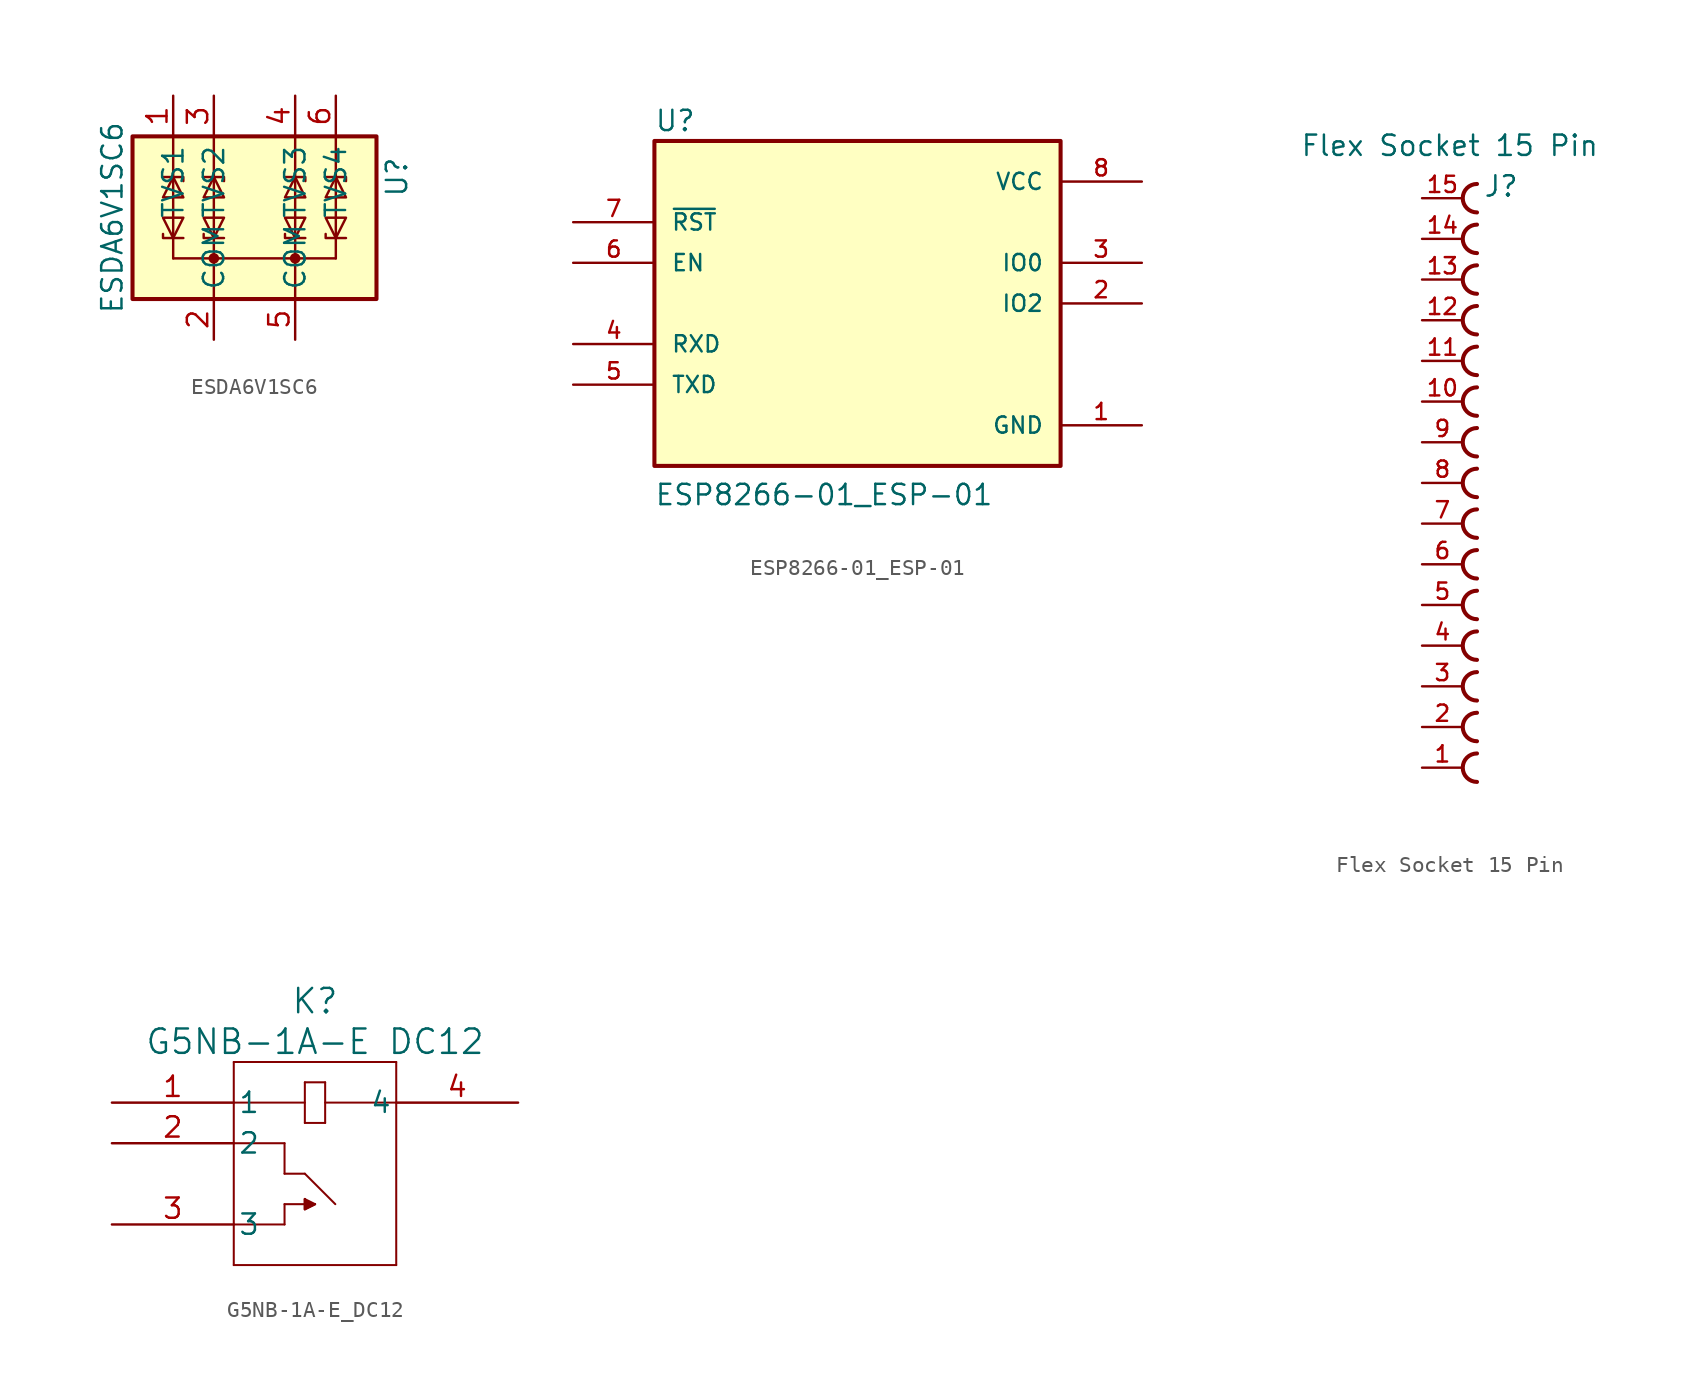
<source format=kicad_sym>
(kicad_symbol_lib
  (version 20241209)
  (generator "kicad_symbol_editor")
  (generator_version "9.0")
  (symbol "ESDA6V1SC6"
    (property "Reference" "U"
      (at 8.89 2.54 90)
      (effects (font (size 1.27 1.27))))
    (property "Value" "ESDA6V1SC6"
      (at -8.89 0 90)
      (effects (font (size 1.27 1.27))))
    (symbol "ESDA6V1SC6_0_0"
      (pin passive line (at -2.54 -7.62 90) (length 2.54) (name "COM" (effects (font (size 1.27 1.27)))) (number "2" (effects (font (size 1.27 1.27)))))
      (pin passive line (at 2.54 -7.62 90) (length 2.54) (name "COM" (effects (font (size 1.27 1.27)))) (number "5" (effects (font (size 1.27 1.27))))))
    (symbol "ESDA6V1SC6_0_1"
      (rectangle (start -7.62 5.08) (end 7.62 -5.08) (stroke (width 0.254) (type default)) (fill (type background)))
      (polyline (pts (xy -5.715 2.54) (xy -4.445 2.54) (xy -4.445 2.286)) (stroke (width 0) (type default)) (fill (type none)))
      (polyline (pts (xy -5.715 -1.016) (xy -5.715 -1.27) (xy -4.445 -1.27)) (stroke (width 0) (type default)) (fill (type none)))
      (polyline (pts (xy -5.08 5.08) (xy -5.08 2.54)) (stroke (width 0) (type default)) (fill (type none)))
      (polyline (pts (xy -5.08 2.54) (xy -5.08 -1.27)) (stroke (width 0) (type default)) (fill (type none)))
      (polyline (pts (xy -5.08 2.54) (xy -4.445 1.27) (xy -5.715 1.27) (xy -5.08 2.54)) (stroke (width 0) (type default)) (fill (type none)))
      (polyline (pts (xy -5.08 -1.27) (xy -5.715 0) (xy -4.445 0) (xy -5.08 -1.27)) (stroke (width 0) (type default)) (fill (type none)))
      (polyline (pts (xy -5.08 -2.54) (xy -5.08 -1.27)) (stroke (width 0) (type default)) (fill (type none)))
      (polyline (pts (xy -5.08 -2.54) (xy 5.08 -2.54)) (stroke (width 0) (type default)) (fill (type none)))
      (polyline (pts (xy -3.175 2.54) (xy -1.905 2.54) (xy -1.905 2.286)) (stroke (width 0) (type default)) (fill (type none)))
      (polyline (pts (xy -3.175 -1.016) (xy -3.175 -1.27) (xy -1.905 -1.27)) (stroke (width 0) (type default)) (fill (type none)))
      (polyline (pts (xy -2.54 5.08) (xy -2.54 2.54)) (stroke (width 0) (type default)) (fill (type none)))
      (polyline (pts (xy -2.54 2.54) (xy -2.54 -1.27)) (stroke (width 0) (type default)) (fill (type none)))
      (polyline (pts (xy -2.54 2.54) (xy -1.905 1.27) (xy -3.175 1.27) (xy -2.54 2.54)) (stroke (width 0) (type default)) (fill (type none)))
      (polyline (pts (xy -2.54 -1.27) (xy -3.175 0) (xy -1.905 0) (xy -2.54 -1.27)) (stroke (width 0) (type default)) (fill (type none)))
      (circle (center -2.54 -2.54) (radius 0.254) (stroke (width 0) (type default)) (fill (type outline)))
      (polyline (pts (xy -2.54 -2.54) (xy -2.54 -1.27)) (stroke (width 0) (type default)) (fill (type none)))
      (polyline (pts (xy -2.54 -2.54) (xy -2.54 -5.08)) (stroke (width 0) (type default)) (fill (type none)))
      (polyline (pts (xy 1.905 2.54) (xy 3.175 2.54) (xy 3.175 2.286)) (stroke (width 0) (type default)) (fill (type none)))
      (polyline (pts (xy 1.905 -1.016) (xy 1.905 -1.27) (xy 3.175 -1.27)) (stroke (width 0) (type default)) (fill (type none)))
      (polyline (pts (xy 2.54 5.08) (xy 2.54 2.54)) (stroke (width 0) (type default)) (fill (type none)))
      (polyline (pts (xy 2.54 2.54) (xy 2.54 -1.27)) (stroke (width 0) (type default)) (fill (type none)))
      (polyline (pts (xy 2.54 2.54) (xy 3.175 1.27) (xy 1.905 1.27) (xy 2.54 2.54)) (stroke (width 0) (type default)) (fill (type none)))
      (polyline (pts (xy 2.54 -1.27) (xy 1.905 0) (xy 3.175 0) (xy 2.54 -1.27)) (stroke (width 0) (type default)) (fill (type none)))
      (polyline (pts (xy 2.54 -2.54) (xy 2.54 -1.27)) (stroke (width 0) (type default)) (fill (type none)))
      (polyline (pts (xy 2.54 -2.54) (xy 2.54 -5.08)) (stroke (width 0) (type default)) (fill (type none)))
      (circle (center 2.54 -2.54) (radius 0.254) (stroke (width 0) (type default)) (fill (type outline)))
      (polyline (pts (xy 4.445 2.54) (xy 5.715 2.54) (xy 5.715 2.286)) (stroke (width 0) (type default)) (fill (type none)))
      (polyline (pts (xy 4.445 -1.016) (xy 4.445 -1.27) (xy 5.715 -1.27)) (stroke (width 0) (type default)) (fill (type none)))
      (polyline (pts (xy 5.08 5.08) (xy 5.08 2.54)) (stroke (width 0) (type default)) (fill (type none)))
      (polyline (pts (xy 5.08 2.54) (xy 5.08 -1.27)) (stroke (width 0) (type default)) (fill (type none)))
      (polyline (pts (xy 5.08 2.54) (xy 5.715 1.27) (xy 4.445 1.27) (xy 5.08 2.54)) (stroke (width 0) (type default)) (fill (type none)))
      (polyline (pts (xy 5.08 -1.27) (xy 4.445 0) (xy 5.715 0) (xy 5.08 -1.27)) (stroke (width 0) (type default)) (fill (type none)))
      (polyline (pts (xy 5.08 -2.54) (xy 5.08 -1.27)) (stroke (width 0) (type default)) (fill (type none))))
    (symbol "ESDA6V1SC6_1_1"
      (pin passive line (at -5.08 7.62 270) (length 2.54) (name "TVS1" (effects (font (size 1.27 1.27)))) (number "1" (effects (font (size 1.27 1.27)))))
      (pin passive line (at -2.54 7.62 270) (length 2.54) (name "TVS2" (effects (font (size 1.27 1.27)))) (number "3" (effects (font (size 1.27 1.27)))))
      (pin passive line (at 2.54 7.62 270) (length 2.54) (name "TVS3" (effects (font (size 1.27 1.27)))) (number "4" (effects (font (size 1.27 1.27)))))
      (pin passive line (at 5.08 7.62 270) (length 2.54) (name "TVS4" (effects (font (size 1.27 1.27)))) (number "6" (effects (font (size 1.27 1.27)))))))
  (symbol "ESP8266-01_ESP-01"
    (pin_names
      (offset 1.016))
    (property "Reference" "U"
      (at -12.709 10.678 0)
      (effects (font (size 1.27 1.27)) (justify left bottom)))
    (property "Value" "ESP8266-01_ESP-01"
      (at -12.713 -12.713 0)
      (effects (font (size 1.27 1.27)) (justify left bottom)))
    (symbol "ESP8266-01_ESP-01_0_0"
      (rectangle (start -12.7 -10.16) (end 12.7 10.16) (stroke (width 0.254) (type default)) (fill (type background)))
      (pin input line (at -17.78 5.08 0) (length 5.08) (name "~{RST}" (effects (font (size 1.016 1.016)))) (number "7" (effects (font (size 1.016 1.016)))))
      (pin input line (at -17.78 2.54 0) (length 5.08) (name "EN" (effects (font (size 1.016 1.016)))) (number "6" (effects (font (size 1.016 1.016)))))
      (pin input line (at -17.78 -2.54 0) (length 5.08) (name "RXD" (effects (font (size 1.016 1.016)))) (number "4" (effects (font (size 1.016 1.016)))))
      (pin output line (at -17.78 -5.08 0) (length 5.08) (name "TXD" (effects (font (size 1.016 1.016)))) (number "5" (effects (font (size 1.016 1.016)))))
      (pin power_in line (at 17.78 7.62 180) (length 5.08) (name "VCC" (effects (font (size 1.016 1.016)))) (number "8" (effects (font (size 1.016 1.016)))))
      (pin bidirectional line (at 17.78 2.54 180) (length 5.08) (name "IO0" (effects (font (size 1.016 1.016)))) (number "3" (effects (font (size 1.016 1.016)))))
      (pin bidirectional line (at 17.78 0 180) (length 5.08) (name "IO2" (effects (font (size 1.016 1.016)))) (number "2" (effects (font (size 1.016 1.016)))))
      (pin power_in line (at 17.78 -7.62 180) (length 5.08) (name "GND" (effects (font (size 1.016 1.016)))) (number "1" (effects (font (size 1.016 1.016)))))))
  (symbol "Flex Socket 15 Pin"
    (pin_names
      (offset 1.016))
    (property "Reference" "J"
      (at -1.27 17.78 0)
      (effects (font (size 1.27 1.27)) (justify left bottom)))
    (property "Value" "Flex Socket 15 Pin"
      (at -12.7 20.32 0)
      (effects (font (size 1.27 1.27)) (justify left bottom)))
    (symbol "Flex Socket 15 Pin_0_0"
      (arc (start -1.651 16.891) (mid -2.5362 17.78) (end -1.651 18.669) (stroke (width 0.254) (type default)) (fill (type none)))
      (arc (start -1.651 14.351) (mid -2.5362 15.24) (end -1.651 16.129) (stroke (width 0.254) (type default)) (fill (type none)))
      (arc (start -1.651 11.811) (mid -2.5362 12.7) (end -1.651 13.589) (stroke (width 0.254) (type default)) (fill (type none)))
      (arc (start -1.651 9.271) (mid -2.5362 10.16) (end -1.651 11.049) (stroke (width 0.254) (type default)) (fill (type none)))
      (arc (start -1.651 6.731) (mid -2.5362 7.62) (end -1.651 8.509) (stroke (width 0.254) (type default)) (fill (type none)))
      (arc (start -1.651 4.191) (mid -2.5362 5.08) (end -1.651 5.969) (stroke (width 0.254) (type default)) (fill (type none)))
      (arc (start -1.651 1.651) (mid -2.5362 2.54) (end -1.651 3.429) (stroke (width 0.254) (type default)) (fill (type none)))
      (arc (start -1.651 -0.889) (mid -2.5362 0) (end -1.651 0.889) (stroke (width 0.254) (type default)) (fill (type none)))
      (arc (start -1.651 -3.429) (mid -2.5362 -2.54) (end -1.651 -1.651) (stroke (width 0.254) (type default)) (fill (type none)))
      (arc (start -1.651 -5.969) (mid -2.5362 -5.08) (end -1.651 -4.191) (stroke (width 0.254) (type default)) (fill (type none)))
      (arc (start -1.651 -8.509) (mid -2.5362 -7.62) (end -1.651 -6.731) (stroke (width 0.254) (type default)) (fill (type none)))
      (arc (start -1.651 -11.049) (mid -2.5362 -10.16) (end -1.651 -9.271) (stroke (width 0.254) (type default)) (fill (type none)))
      (arc (start -1.651 -13.589) (mid -2.5362 -12.7) (end -1.651 -11.811) (stroke (width 0.254) (type default)) (fill (type none)))
      (arc (start -1.651 -16.129) (mid -2.5362 -15.24) (end -1.651 -14.351) (stroke (width 0.254) (type default)) (fill (type none)))
      (arc (start -1.651 -18.669) (mid -2.5362 -17.78) (end -1.651 -16.891) (stroke (width 0.254) (type default)) (fill (type none)))
      (pin passive line (at -5.08 17.78 0) (length 2.54) (name "~" (effects (font (size 1.016 1.016)))) (number "15" (effects (font (size 1.016 1.016)))))
      (pin passive line (at -5.08 15.24 0) (length 2.54) (name "~" (effects (font (size 1.016 1.016)))) (number "14" (effects (font (size 1.016 1.016)))))
      (pin passive line (at -5.08 12.7 0) (length 2.54) (name "~" (effects (font (size 1.016 1.016)))) (number "13" (effects (font (size 1.016 1.016)))))
      (pin passive line (at -5.08 10.16 0) (length 2.54) (name "~" (effects (font (size 1.016 1.016)))) (number "12" (effects (font (size 1.016 1.016)))))
      (pin passive line (at -5.08 7.62 0) (length 2.54) (name "~" (effects (font (size 1.016 1.016)))) (number "11" (effects (font (size 1.016 1.016)))))
      (pin passive line (at -5.08 5.08 0) (length 2.54) (name "~" (effects (font (size 1.016 1.016)))) (number "10" (effects (font (size 1.016 1.016)))))
      (pin passive line (at -5.08 2.54 0) (length 2.54) (name "~" (effects (font (size 1.016 1.016)))) (number "9" (effects (font (size 1.016 1.016)))))
      (pin passive line (at -5.08 0 0) (length 2.54) (name "~" (effects (font (size 1.016 1.016)))) (number "8" (effects (font (size 1.016 1.016)))))
      (pin passive line (at -5.08 -2.54 0) (length 2.54) (name "~" (effects (font (size 1.016 1.016)))) (number "7" (effects (font (size 1.016 1.016)))))
      (pin passive line (at -5.08 -5.08 0) (length 2.54) (name "~" (effects (font (size 1.016 1.016)))) (number "6" (effects (font (size 1.016 1.016)))))
      (pin passive line (at -5.08 -7.62 0) (length 2.54) (name "~" (effects (font (size 1.016 1.016)))) (number "5" (effects (font (size 1.016 1.016)))))
      (pin passive line (at -5.08 -10.16 0) (length 2.54) (name "~" (effects (font (size 1.016 1.016)))) (number "4" (effects (font (size 1.016 1.016)))))
      (pin passive line (at -5.08 -12.7 0) (length 2.54) (name "~" (effects (font (size 1.016 1.016)))) (number "3" (effects (font (size 1.016 1.016)))))
      (pin passive line (at -5.08 -15.24 0) (length 2.54) (name "~" (effects (font (size 1.016 1.016)))) (number "2" (effects (font (size 1.016 1.016)))))
      (pin passive line (at -5.08 -17.78 0) (length 2.54) (name "~" (effects (font (size 1.016 1.016)))) (number "1" (effects (font (size 1.016 1.016)))))))
  (symbol "G5NB-1A-E_DC12"
    (pin_names
      (offset 0.254))
    (property "Reference" "K"
      (at 12.7 6.35 0)
      (effects (font (size 1.524 1.524))))
    (property "Value" "G5NB-1A-E DC12"
      (at 12.7 3.81 0)
      (effects (font (size 1.524 1.524))))
    (symbol "G5NB-1A-E_DC12_0_1"
      (polyline (pts (xy 7.62 2.54) (xy 7.62 -10.16)) (stroke (width 0.127) (type default)) (fill (type none)))
      (polyline (pts (xy 7.62 0) (xy 12.065 0)) (stroke (width 0.127) (type default)) (fill (type none)))
      (polyline (pts (xy 7.62 -2.54) (xy 10.795 -2.54)) (stroke (width 0.127) (type default)) (fill (type none)))
      (polyline (pts (xy 7.62 -7.62) (xy 10.795 -7.62)) (stroke (width 0.127) (type default)) (fill (type none)))
      (polyline (pts (xy 7.62 -10.16) (xy 17.78 -10.16)) (stroke (width 0.127) (type default)) (fill (type none)))
      (polyline (pts (xy 10.795 -2.54) (xy 10.795 -4.445)) (stroke (width 0.127) (type default)) (fill (type none)))
      (polyline (pts (xy 10.795 -4.445) (xy 12.065 -4.445)) (stroke (width 0.127) (type default)) (fill (type none)))
      (polyline (pts (xy 10.795 -6.35) (xy 12.065 -6.35)) (stroke (width 0.127) (type default)) (fill (type none)))
      (polyline (pts (xy 10.795 -7.62) (xy 10.795 -6.35)) (stroke (width 0.127) (type default)) (fill (type none)))
      (polyline (pts (xy 12.065 1.27) (xy 12.065 -1.27)) (stroke (width 0.127) (type default)) (fill (type none)))
      (polyline (pts (xy 12.065 -1.27) (xy 13.335 -1.27)) (stroke (width 0.127) (type default)) (fill (type none)))
      (polyline (pts (xy 12.065 -4.445) (xy 13.97 -6.35)) (stroke (width 0.127) (type default)) (fill (type none)))
      (polyline (pts (xy 12.065 -6.032) (xy 12.065 -6.668)) (stroke (width 0.127) (type default)) (fill (type none)))
      (polyline (pts (xy 12.065 -6.032) (xy 12.065 -6.668) (xy 12.7 -6.35)) (stroke (width 0) (type default)) (fill (type outline)))
      (polyline (pts (xy 12.065 -6.668) (xy 12.7 -6.35)) (stroke (width 0.127) (type default)) (fill (type none)))
      (polyline (pts (xy 12.7 -6.35) (xy 12.065 -6.032)) (stroke (width 0.127) (type default)) (fill (type none)))
      (polyline (pts (xy 13.335 1.27) (xy 12.065 1.27)) (stroke (width 0.127) (type default)) (fill (type none)))
      (polyline (pts (xy 13.335 0) (xy 17.78 0)) (stroke (width 0.127) (type default)) (fill (type none)))
      (polyline (pts (xy 13.335 -1.27) (xy 13.335 1.27)) (stroke (width 0.127) (type default)) (fill (type none)))
      (polyline (pts (xy 17.78 2.54) (xy 7.62 2.54)) (stroke (width 0.127) (type default)) (fill (type none)))
      (polyline (pts (xy 17.78 -10.16) (xy 17.78 2.54)) (stroke (width 0.127) (type default)) (fill (type none)))
      (pin unspecified line (at 0 0 0) (length 7.62) (name "1" (effects (font (size 1.27 1.27)))) (number "1" (effects (font (size 1.27 1.27)))))
      (pin unspecified line (at 0 -2.54 0) (length 7.62) (name "2" (effects (font (size 1.27 1.27)))) (number "2" (effects (font (size 1.27 1.27)))))
      (pin unspecified line (at 0 -7.62 0) (length 7.62) (name "3" (effects (font (size 1.27 1.27)))) (number "3" (effects (font (size 1.27 1.27)))))
      (pin unspecified line (at 25.4 0 180) (length 7.62) (name "4" (effects (font (size 1.27 1.27)))) (number "4" (effects (font (size 1.27 1.27))))))))
</source>
